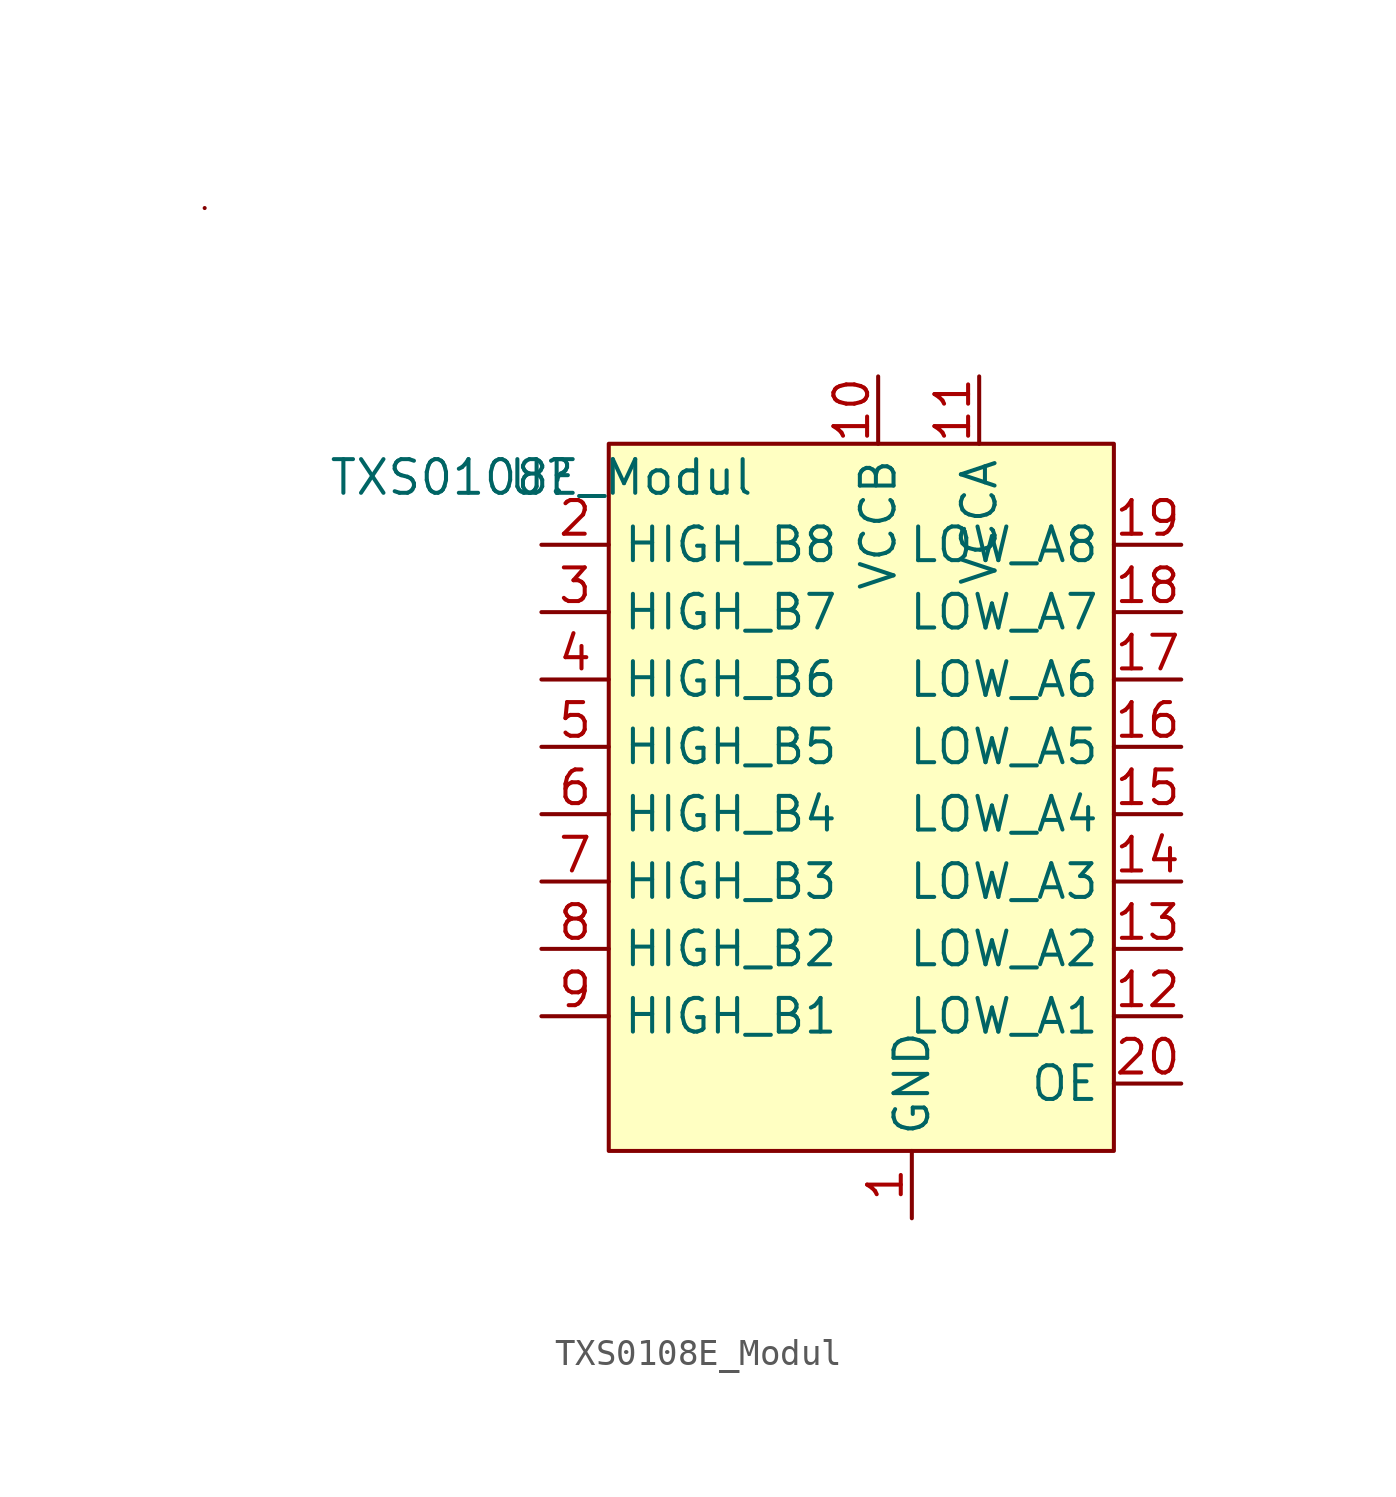
<source format=kicad_sym>
(kicad_symbol_lib
  (version 20211014)
  (generator kicad_symbol_editor)
  (symbol "TXS0108E_Modul"
    (property "Reference" "U"
      (at 0 0 0)
      (effects (font (size 1.27 1.27))))
    (property "Value" "TXS0108E_Modul"
      (at 0 0 0)
      (effects (font (size 1.27 1.27))))
    (symbol "TXS0108E_Modul_0_0"
      (pin power_in line (at 13.97 -27.94 90) (length 2.54) (name "GND" (effects (font (size 1.27 1.27)))) (number "1" (effects (font (size 1.27 1.27)))))
      (pin power_in line (at 12.7 3.81 270) (length 2.54) (name "VCCB" (effects (font (size 1.27 1.27)))) (number "10" (effects (font (size 1.27 1.27)))))
      (pin power_in line (at 16.51 3.81 270) (length 2.54) (name "VCCA" (effects (font (size 1.27 1.27)))) (number "11" (effects (font (size 1.27 1.27)))))
      (pin bidirectional line (at 24.13 -20.32 180) (length 2.54) (name "LOW_A1" (effects (font (size 1.27 1.27)))) (number "12" (effects (font (size 1.27 1.27)))))
      (pin bidirectional line (at 24.13 -17.78 180) (length 2.54) (name "LOW_A2" (effects (font (size 1.27 1.27)))) (number "13" (effects (font (size 1.27 1.27)))))
      (pin bidirectional line (at 24.13 -15.24 180) (length 2.54) (name "LOW_A3" (effects (font (size 1.27 1.27)))) (number "14" (effects (font (size 1.27 1.27)))))
      (pin bidirectional line (at 24.13 -12.7 180) (length 2.54) (name "LOW_A4" (effects (font (size 1.27 1.27)))) (number "15" (effects (font (size 1.27 1.27)))))
      (pin bidirectional line (at 24.13 -10.16 180) (length 2.54) (name "LOW_A5" (effects (font (size 1.27 1.27)))) (number "16" (effects (font (size 1.27 1.27)))))
      (pin bidirectional line (at 24.13 -7.62 180) (length 2.54) (name "LOW_A6" (effects (font (size 1.27 1.27)))) (number "17" (effects (font (size 1.27 1.27)))))
      (pin bidirectional line (at 24.13 -5.08 180) (length 2.54) (name "LOW_A7" (effects (font (size 1.27 1.27)))) (number "18" (effects (font (size 1.27 1.27)))))
      (pin bidirectional line (at 24.13 -2.54 180) (length 2.54) (name "LOW_A8" (effects (font (size 1.27 1.27)))) (number "19" (effects (font (size 1.27 1.27)))))
      (pin bidirectional line (at 0 -2.54 0) (length 2.54) (name "HIGH_B8" (effects (font (size 1.27 1.27)))) (number "2" (effects (font (size 1.27 1.27)))))
      (pin input line (at 24.13 -22.86 180) (length 2.54) (name "OE" (effects (font (size 1.27 1.27)))) (number "20" (effects (font (size 1.27 1.27)))))
      (pin bidirectional line (at 0 -5.08 0) (length 2.54) (name "HIGH_B7" (effects (font (size 1.27 1.27)))) (number "3" (effects (font (size 1.27 1.27)))))
      (pin bidirectional line (at 0 -7.62 0) (length 2.54) (name "HIGH_B6" (effects (font (size 1.27 1.27)))) (number "4" (effects (font (size 1.27 1.27)))))
      (pin bidirectional line (at 0 -10.16 0) (length 2.54) (name "HIGH_B5" (effects (font (size 1.27 1.27)))) (number "5" (effects (font (size 1.27 1.27)))))
      (pin bidirectional line (at 0 -12.7 0) (length 2.54) (name "HIGH_B4" (effects (font (size 1.27 1.27)))) (number "6" (effects (font (size 1.27 1.27)))))
      (pin bidirectional line (at 0 -15.24 0) (length 2.54) (name "HIGH_B3" (effects (font (size 1.27 1.27)))) (number "7" (effects (font (size 1.27 1.27)))))
      (pin bidirectional line (at 0 -17.78 0) (length 2.54) (name "HIGH_B2" (effects (font (size 1.27 1.27)))) (number "8" (effects (font (size 1.27 1.27)))))
      (pin bidirectional line (at 0 -20.32 0) (length 2.54) (name "HIGH_B1" (effects (font (size 1.27 1.27)))) (number "9" (effects (font (size 1.27 1.27))))))
    (symbol "TXS0108E_Modul_0_1"
      (rectangle (start -12.7 10.16) (end -12.7 10.16) (stroke (width 0) (type default) (color 0 0 0 0)) (fill (type none)))
      (rectangle (start 2.54 1.27) (end 21.59 -25.4) (stroke (width 0) (type default) (color 0 0 0 0)) (fill (type background))))))
</source>
